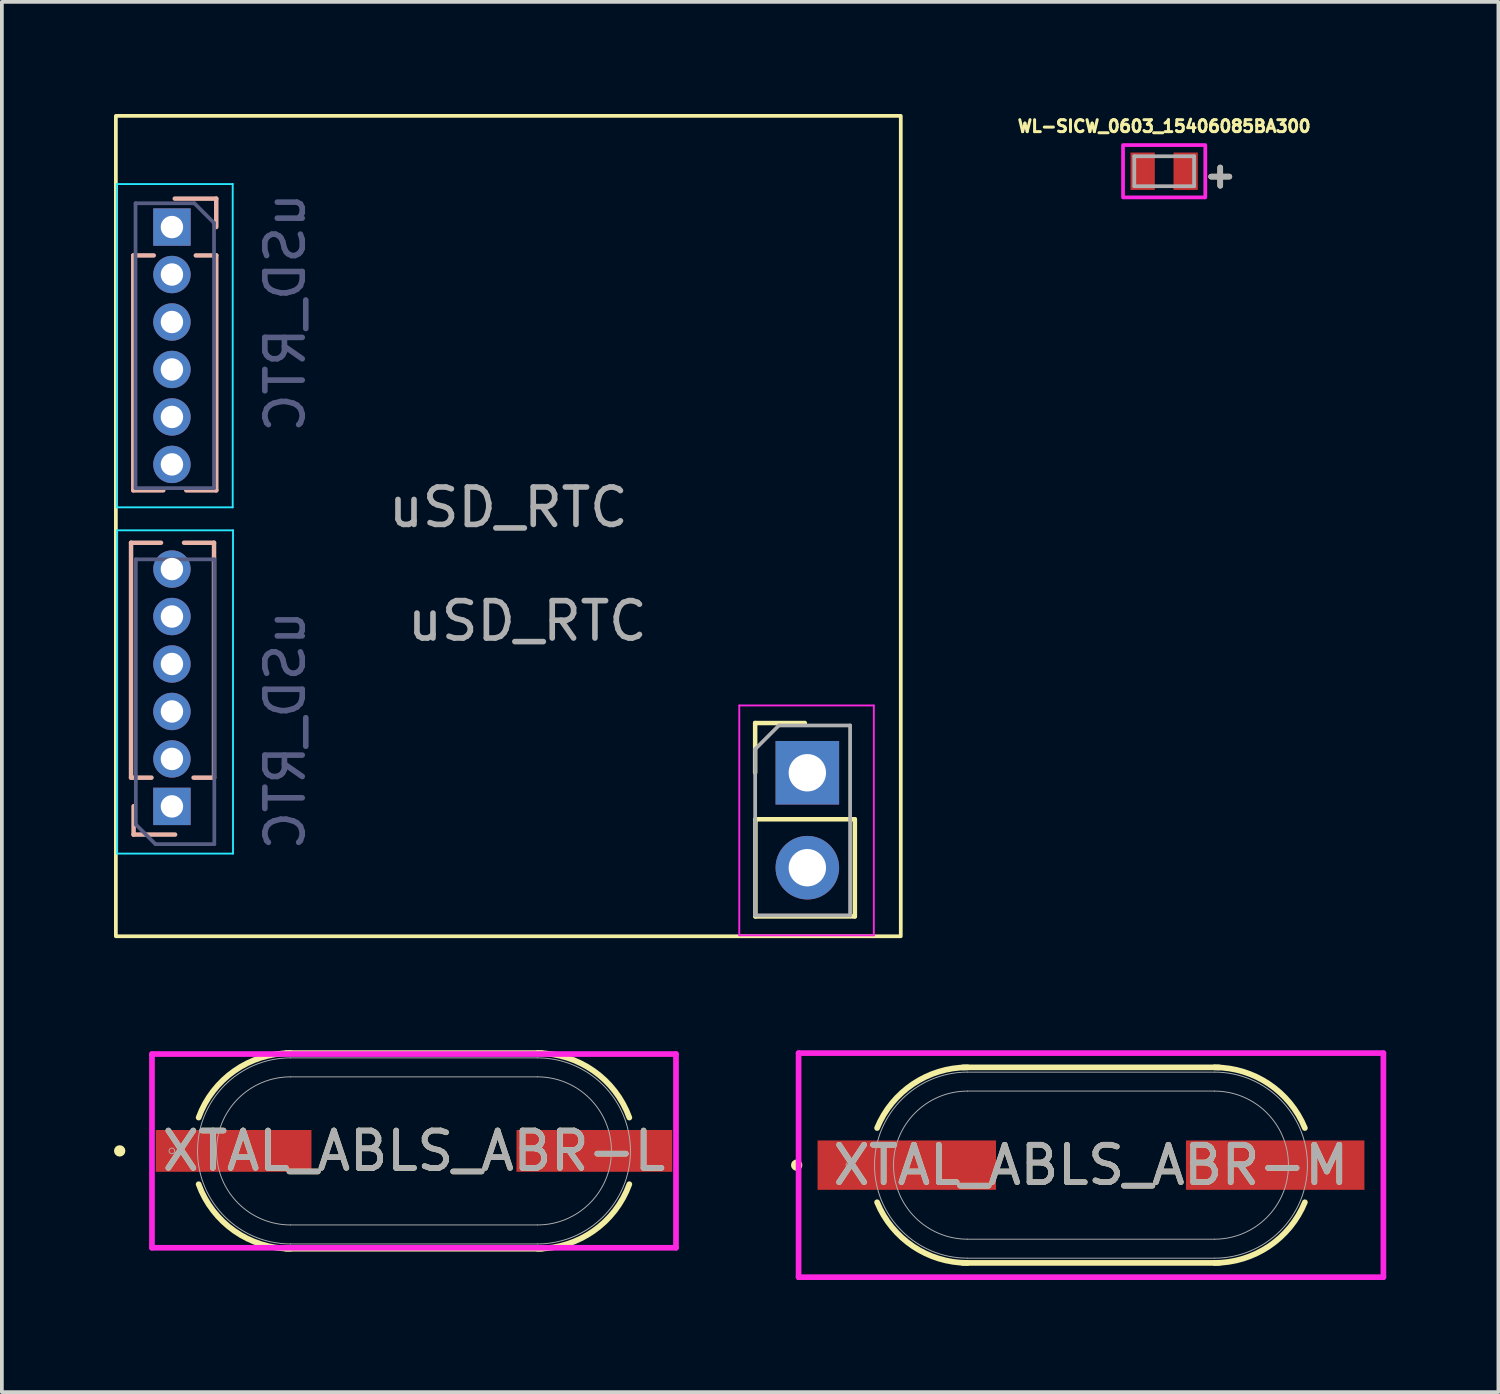
<source format=kicad_pcb>
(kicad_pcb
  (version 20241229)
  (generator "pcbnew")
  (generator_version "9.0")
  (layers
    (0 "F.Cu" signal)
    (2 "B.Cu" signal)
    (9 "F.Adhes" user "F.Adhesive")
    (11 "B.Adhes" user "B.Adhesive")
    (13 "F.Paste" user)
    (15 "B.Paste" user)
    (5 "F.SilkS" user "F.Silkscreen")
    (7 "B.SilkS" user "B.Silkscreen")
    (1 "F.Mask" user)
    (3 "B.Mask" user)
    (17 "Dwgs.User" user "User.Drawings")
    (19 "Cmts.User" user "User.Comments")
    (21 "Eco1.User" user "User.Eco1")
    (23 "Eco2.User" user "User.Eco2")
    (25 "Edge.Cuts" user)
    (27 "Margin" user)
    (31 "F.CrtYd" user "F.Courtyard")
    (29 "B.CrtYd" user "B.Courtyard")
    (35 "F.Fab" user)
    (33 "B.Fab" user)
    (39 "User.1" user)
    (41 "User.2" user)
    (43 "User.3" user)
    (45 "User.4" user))
  (footprint "XTAL_ABLS_ABR-L"
    (layer "F.Cu")
    (at 8.026 27.742)
    (property "Reference" "XTAL_ABLS_ABR-L" (at 0 0 0) (unlocked yes) (layer "F.SilkS") (effects (font (size 1 1) (thickness 0.15))))
    (attr smd)
    (fp_line (start -3.429 -2.616) (end 3.429 -2.616) (stroke (width 0.152) (type solid)) (layer "F.SilkS"))
    (fp_line (start 3.429 2.616) (end -3.429 2.616) (stroke (width 0.152) (type solid)) (layer "F.SilkS"))
    (fp_arc (start -5.761605 -0.89154) (mid -4.804008 -2.142073) (end -3.302 -2.6162) (stroke (width 0.1524) (type solid)) (layer "F.SilkS"))
    (fp_arc (start -3.302002 2.6162) (mid -4.804009 2.142072) (end -5.761606 0.89154) (stroke (width 0.1524) (type solid)) (layer "F.SilkS"))
    (fp_arc (start 3.302 -2.6162) (mid 4.804008 -2.142072) (end 5.761605 -0.89154) (stroke (width 0.1524) (type solid)) (layer "F.SilkS"))
    (fp_arc (start 5.761605 0.89154) (mid 4.804008 2.142073) (end 3.302 2.6162) (stroke (width 0.1524) (type solid)) (layer "F.SilkS"))
    (fp_circle (center -7.874 0) (end -7.798 0) (stroke (width 0.152) (type solid)) (fill no) (layer "F.SilkS"))
    (fp_line (start -7.01 -2.591) (end 7.01 -2.591) (stroke (width 0.152) (type solid)) (layer "F.CrtYd"))
    (fp_line (start -7.01 2.591) (end -7.01 -2.591) (stroke (width 0.152) (type solid)) (layer "F.CrtYd"))
    (fp_line (start 7.01 -2.591) (end 7.01 2.591) (stroke (width 0.152) (type solid)) (layer "F.CrtYd"))
    (fp_line (start 7.01 2.591) (end -7.01 2.591) (stroke (width 0.152) (type solid)) (layer "F.CrtYd"))
    (fp_line (start -3.302 -2.489) (end 3.302 -2.489) (stroke (width 0.025) (type solid)) (layer "F.Fab"))
    (fp_line (start -3.302 -1.981) (end 3.302 -1.981) (stroke (width 0.025) (type solid)) (layer "F.Fab"))
    (fp_line (start 3.302 1.981) (end -3.302 1.981) (stroke (width 0.025) (type solid)) (layer "F.Fab"))
    (fp_line (start 3.302 2.489) (end -3.302 2.489) (stroke (width 0.025) (type solid)) (layer "F.Fab"))
    (fp_arc (start -3.302 1.9812) (mid -5.2832 0) (end -3.302 -1.9812) (stroke (width 0.0254) (type solid)) (layer "F.Fab"))
    (fp_arc (start -3.302 2.4892) (mid -5.7912 0) (end -3.302 -2.4892) (stroke (width 0.0254) (type solid)) (layer "F.Fab"))
    (fp_arc (start 3.302 -2.4892) (mid 5.7912 0) (end 3.302 2.4892) (stroke (width 0.0254) (type solid)) (layer "F.Fab"))
    (fp_arc (start 3.302 -1.9812) (mid 5.2832 0) (end 3.302 1.9812) (stroke (width 0.0254) (type solid)) (layer "F.Fab"))
    (fp_circle (center -6.477 0) (end -6.401 0) (stroke (width 0.025) (type solid)) (fill no) (layer "F.Fab"))
    (fp_text user "${REFERENCE}" (at 0 0 0) (unlocked yes) (layer "F.Fab") (effects (font (size 1 1) (thickness 0.15))))
    (pad "1" smd rect (at -4.826 0 90) (size 1.118 4.166) (layers "F.Cu" "F.Mask" "F.Paste"))
    (pad "2" smd rect (at 4.826 0 90) (size 1.118 4.166) (layers "F.Cu" "F.Mask" "F.Paste")))
  (footprint "uSD_RTC"
    (layer "F.Cu")
    (at 10.55 11.025)
    (property "Reference" "uSD_RTC" (at 0 -0.5 0) (unlocked yes) (layer "F.Fab") (effects (font (size 1 1) (thickness 0.15))))
    (attr through_hole)
    (fp_line (start 6.604 5.269) (end 7.934 5.269) (stroke (width 0.12) (type solid)) (layer "F.SilkS"))
    (fp_line (start 6.604 6.599) (end 6.604 5.269) (stroke (width 0.12) (type solid)) (layer "F.SilkS"))
    (fp_line (start 6.611 7.844) (end 6.611 10.444) (stroke (width 0.12) (type solid)) (layer "F.SilkS"))
    (fp_line (start 6.611 7.844) (end 9.271 7.844) (stroke (width 0.12) (type solid)) (layer "F.SilkS"))
    (fp_line (start 6.611 10.444) (end 9.271 10.444) (stroke (width 0.12) (type solid)) (layer "F.SilkS"))
    (fp_line (start 9.271 7.844) (end 9.271 10.444) (stroke (width 0.12) (type solid)) (layer "F.SilkS"))
    (fp_rect (start -10.5 -10.975) (end 10.5 10.975) (stroke (width 0.1) (type default)) (fill no) (layer "F.SilkS"))
    (fp_line (start -10.094 0.446) (end -9.292 0.446) (stroke (width 0.12) (type solid)) (layer "B.SilkS"))
    (fp_line (start -10.094 6.731) (end -10.094 0.446) (stroke (width 0.12) (type solid)) (layer "B.SilkS"))
    (fp_line (start -10.094 6.731) (end -9.547 6.731) (stroke (width 0.12) (type solid)) (layer "B.SilkS"))
    (fp_line (start -10.034 -7.241) (end -10.034 -0.956) (stroke (width 0.12) (type solid)) (layer "B.SilkS"))
    (fp_line (start -10.026 7.494) (end -10.026 8.254) (stroke (width 0.12) (type solid)) (layer "B.SilkS"))
    (fp_line (start -10.026 8.254) (end -8.916 8.254) (stroke (width 0.12) (type solid)) (layer "B.SilkS"))
    (fp_line (start -9.487 -7.241) (end -10.034 -7.241) (stroke (width 0.12) (type solid)) (layer "B.SilkS"))
    (fp_line (start -9.232 -0.956) (end -10.034 -0.956) (stroke (width 0.12) (type solid)) (layer "B.SilkS"))
    (fp_line (start -8.676 0.446) (end -7.874 0.446) (stroke (width 0.12) (type solid)) (layer "B.SilkS"))
    (fp_line (start -8.421 6.731) (end -7.874 6.731) (stroke (width 0.12) (type solid)) (layer "B.SilkS"))
    (fp_line (start -7.874 6.731) (end -7.874 0.446) (stroke (width 0.12) (type solid)) (layer "B.SilkS"))
    (fp_line (start -7.814 -8.761) (end -8.924 -8.761) (stroke (width 0.12) (type solid)) (layer "B.SilkS"))
    (fp_line (start -7.814 -8.001) (end -7.814 -8.761) (stroke (width 0.12) (type solid)) (layer "B.SilkS"))
    (fp_line (start -7.814 -7.241) (end -8.361 -7.241) (stroke (width 0.12) (type solid)) (layer "B.SilkS"))
    (fp_line (start -7.814 -7.241) (end -7.814 -0.956) (stroke (width 0.12) (type solid)) (layer "B.SilkS"))
    (fp_line (start -7.814 -0.956) (end -8.616 -0.956) (stroke (width 0.12) (type solid)) (layer "B.SilkS"))
    (fp_line (start -10.474 -9.151) (end -7.374 -9.151) (stroke (width 0.05) (type solid)) (layer "B.CrtYd"))
    (fp_line (start -10.474 -0.501) (end -10.474 -9.151) (stroke (width 0.05) (type solid)) (layer "B.CrtYd"))
    (fp_line (start -10.466 0.113) (end -7.366 0.113) (stroke (width 0.05) (type solid)) (layer "B.CrtYd"))
    (fp_line (start -10.466 8.763) (end -10.466 0.113) (stroke (width 0.05) (type solid)) (layer "B.CrtYd"))
    (fp_line (start -7.374 -9.151) (end -7.374 -0.501) (stroke (width 0.05) (type solid)) (layer "B.CrtYd"))
    (fp_line (start -7.374 -0.501) (end -10.474 -0.501) (stroke (width 0.05) (type solid)) (layer "B.CrtYd"))
    (fp_line (start -7.366 0.113) (end -7.366 8.763) (stroke (width 0.05) (type solid)) (layer "B.CrtYd"))
    (fp_line (start -7.366 8.763) (end -10.466 8.763) (stroke (width 0.05) (type solid)) (layer "B.CrtYd"))
    (fp_line (start 6.179 4.799) (end 6.179 10.949) (stroke (width 0.05) (type solid)) (layer "F.CrtYd"))
    (fp_line (start 6.179 10.949) (end 9.779 10.949) (stroke (width 0.05) (type solid)) (layer "F.CrtYd"))
    (fp_line (start 9.779 4.799) (end 6.179 4.799) (stroke (width 0.05) (type solid)) (layer "F.CrtYd"))
    (fp_line (start 9.779 10.949) (end 9.779 4.799) (stroke (width 0.05) (type solid)) (layer "F.CrtYd"))
    (fp_line (start -9.974 -8.636) (end -9.974 -1.016) (stroke (width 0.1) (type solid)) (layer "B.Fab"))
    (fp_line (start -9.974 -1.016) (end -7.874 -1.016) (stroke (width 0.1) (type solid)) (layer "B.Fab"))
    (fp_line (start -9.966 0.889) (end -9.966 7.984) (stroke (width 0.1) (type solid)) (layer "B.Fab"))
    (fp_line (start -9.966 7.984) (end -9.441 8.509) (stroke (width 0.1) (type solid)) (layer "B.Fab"))
    (fp_line (start -9.441 8.509) (end -7.866 8.509) (stroke (width 0.1) (type solid)) (layer "B.Fab"))
    (fp_line (start -8.399 -8.636) (end -9.974 -8.636) (stroke (width 0.1) (type solid)) (layer "B.Fab"))
    (fp_line (start -7.874 -8.111) (end -8.399 -8.636) (stroke (width 0.1) (type solid)) (layer "B.Fab"))
    (fp_line (start -7.874 -1.016) (end -7.874 -8.111) (stroke (width 0.1) (type solid)) (layer "B.Fab"))
    (fp_line (start -7.866 0.889) (end -9.966 0.889) (stroke (width 0.1) (type solid)) (layer "B.Fab"))
    (fp_line (start -7.866 8.509) (end -7.866 0.889) (stroke (width 0.1) (type solid)) (layer "B.Fab"))
    (fp_line (start 6.604 5.969) (end 7.239 5.334) (stroke (width 0.1) (type solid)) (layer "F.Fab"))
    (fp_line (start 6.604 10.414) (end 6.604 5.969) (stroke (width 0.1) (type solid)) (layer "F.Fab"))
    (fp_line (start 7.239 5.334) (end 9.144 5.334) (stroke (width 0.1) (type solid)) (layer "F.Fab"))
    (fp_line (start 9.144 5.334) (end 9.144 10.414) (stroke (width 0.1) (type solid)) (layer "F.Fab"))
    (fp_line (start 9.144 10.414) (end 6.604 10.414) (stroke (width 0.1) (type solid)) (layer "F.Fab"))
    (fp_text user "${REFERENCE}" (at -5.969 5.461 90) (layer "B.Fab") (effects (font (size 1 1) (thickness 0.15)) (justify mirror)))
    (fp_text user "${REFERENCE}" (at -5.969 -5.715 90) (layer "B.Fab") (effects (font (size 1 1) (thickness 0.15)) (justify mirror)))
    (fp_text user "${REFERENCE}" (at 0.508 2.54 180) (layer "F.Fab") (effects (font (size 1 1) (thickness 0.15))))
    (pad "1" thru_hole oval (at -9 -5.46 180) (size 1 1) (drill 0.6) (layers "*.Cu" "*.Mask"))
    (pad "2" thru_hole oval (at -9 -2.92 180) (size 1 1) (drill 0.6) (layers "*.Cu" "*.Mask"))
    (pad "3" thru_hole oval (at -9 -1.65 180) (size 1 1) (drill 0.6) (layers "*.Cu" "*.Mask"))
    (pad "4" thru_hole rect (at -9 -8 180) (size 1 1) (drill 0.6) (layers "*.Cu" "*.Mask"))
    (pad "5" thru_hole oval (at -9 -6.73 180) (size 1 1) (drill 0.6) (layers "*.Cu" "*.Mask"))
    (pad "6" thru_hole oval (at -9 -4.19 180) (size 1 1) (drill 0.6) (layers "*.Cu" "*.Mask"))
    (pad "7" thru_hole oval (at -9 6.23) (size 1 1) (drill 0.6) (layers "*.Cu" "*.Mask"))
    (pad "8" thru_hole rect (at -9 7.5) (size 1 1) (drill 0.6) (layers "*.Cu" "*.Mask"))
    (pad "9" thru_hole oval (at -9 3.69) (size 1 1) (drill 0.6) (layers "*.Cu" "*.Mask"))
    (pad "10" thru_hole oval (at -9 4.96) (size 1 1) (drill 0.6) (layers "*.Cu" "*.Mask"))
    (pad "11" thru_hole oval (at -9 1.15) (size 1 1) (drill 0.6) (layers "*.Cu" "*.Mask"))
    (pad "12" thru_hole oval (at -9 2.42) (size 1 1) (drill 0.6) (layers "*.Cu" "*.Mask"))
    (pad "13" thru_hole rect (at 8 6.6) (size 1.7 1.7) (drill 1) (layers "*.Cu" "*.Mask"))
    (pad "14" thru_hole oval (at 8 9.14) (size 1.7 1.7) (drill 1) (layers "*.Cu" "*.Mask")))
  (footprint "WL-SICW_0603_15406085BA300"
    (layer "F.Cu")
    (at 28.097 1.531)
    (property "Reference" "WL-SICW_0603_15406085BA300" (at 0 -1.203 0) (layer "F.SilkS") (effects (font (size 0.32 0.32) (thickness 0.15))))
    (attr smd)
    (fp_poly (pts (xy -1.1 -0.7) (xy 1.1 -0.7) (xy 1.1 0.7) (xy -1.1 0.7)) (stroke (width 0.1) (type solid)) (fill no) (layer "F.CrtYd"))
    (fp_line (start -0.8 -0.4) (end 0.8 -0.4) (stroke (width 0.1) (type solid)) (layer "F.Fab"))
    (fp_line (start -0.8 0.4) (end -0.8 -0.4) (stroke (width 0.1) (type solid)) (layer "F.Fab"))
    (fp_line (start 0.8 -0.4) (end 0.8 0.4) (stroke (width 0.1) (type solid)) (layer "F.Fab"))
    (fp_line (start 0.8 0.4) (end -0.8 0.4) (stroke (width 0.1) (type solid)) (layer "F.Fab"))
    (fp_text user "+" (at 1.5 0.1 0) (layer "F.SilkS") (effects (font (size 0.64 0.64) (thickness 0.15))))
    (fp_text user "+" (at 1.5 0.1 0) (layer "F.Fab") (effects (font (size 0.64 0.64) (thickness 0.15))))
    (pad "1" smd rect (at 0.575 0) (size 0.65 1) (layers "F.Cu" "F.Mask" "F.Paste"))
    (pad "2" smd rect (at -0.575 0) (size 0.65 1) (layers "F.Cu" "F.Mask" "F.Paste")))
  (footprint "XTAL_ABLS_ABR-M"
    (layer "F.Cu")
    (at 26.139 28.123)
    (property "Reference" "XTAL_ABLS_ABR-M" (at 0 0 0) (unlocked yes) (layer "F.SilkS") (effects (font (size 1 1) (thickness 0.15))))
    (attr smd)
    (fp_line (start -3.429 -2.616) (end 3.429 -2.616) (stroke (width 0.152) (type solid)) (layer "F.SilkS"))
    (fp_line (start 3.429 2.616) (end -3.429 2.616) (stroke (width 0.152) (type solid)) (layer "F.SilkS"))
    (fp_arc (start -5.722367 -0.99314) (mid -4.759095 -2.172873) (end -3.302 -2.6162) (stroke (width 0.1524) (type solid)) (layer "F.SilkS"))
    (fp_arc (start -3.302001 2.6162) (mid -4.759096 2.172872) (end -5.722367 0.993139) (stroke (width 0.1524) (type solid)) (layer "F.SilkS"))
    (fp_arc (start 3.302 -2.6162) (mid 4.759095 -2.172873) (end 5.722367 -0.99314) (stroke (width 0.1524) (type solid)) (layer "F.SilkS"))
    (fp_arc (start 5.722367 0.99314) (mid 4.759095 2.172873) (end 3.302 2.6162) (stroke (width 0.1524) (type solid)) (layer "F.SilkS"))
    (fp_circle (center -7.874 0) (end -7.798 0) (stroke (width 0.152) (type solid)) (fill no) (layer "F.SilkS"))
    (fp_line (start -7.823 -2.997) (end 7.823 -2.997) (stroke (width 0.152) (type solid)) (layer "F.CrtYd"))
    (fp_line (start -7.823 2.997) (end -7.823 -2.997) (stroke (width 0.152) (type solid)) (layer "F.CrtYd"))
    (fp_line (start 7.823 -2.997) (end 7.823 2.997) (stroke (width 0.152) (type solid)) (layer "F.CrtYd"))
    (fp_line (start 7.823 2.997) (end -7.823 2.997) (stroke (width 0.152) (type solid)) (layer "F.CrtYd"))
    (fp_line (start -3.302 -2.489) (end 3.302 -2.489) (stroke (width 0.025) (type solid)) (layer "F.Fab"))
    (fp_line (start -3.302 -1.981) (end 3.302 -1.981) (stroke (width 0.025) (type solid)) (layer "F.Fab"))
    (fp_line (start 3.302 1.981) (end -3.302 1.981) (stroke (width 0.025) (type solid)) (layer "F.Fab"))
    (fp_line (start 3.302 2.489) (end -3.302 2.489) (stroke (width 0.025) (type solid)) (layer "F.Fab"))
    (fp_arc (start -3.302 1.9812) (mid -5.2832 0) (end -3.302 -1.9812) (stroke (width 0.0254) (type solid)) (layer "F.Fab"))
    (fp_arc (start -3.302 2.4892) (mid -5.7912 0) (end -3.302 -2.4892) (stroke (width 0.0254) (type solid)) (layer "F.Fab"))
    (fp_arc (start 3.302 -2.4892) (mid 5.7912 0) (end 3.302 2.4892) (stroke (width 0.0254) (type solid)) (layer "F.Fab"))
    (fp_arc (start 3.302 -1.9812) (mid 5.2832 0) (end 3.302 1.9812) (stroke (width 0.0254) (type solid)) (layer "F.Fab"))
    (fp_circle (center -6.477 0) (end -6.401 0) (stroke (width 0.025) (type solid)) (fill no) (layer "F.Fab"))
    (fp_text user "${REFERENCE}" (at 0 0 0) (unlocked yes) (layer "F.Fab") (effects (font (size 1 1) (thickness 0.15))))
    (pad "1" smd rect (at -4.928 0 90) (size 1.321 4.775) (layers "F.Cu" "F.Mask" "F.Paste"))
    (pad "2" smd rect (at 4.928 0 90) (size 1.321 4.775) (layers "F.Cu" "F.Mask" "F.Paste")))
  (gr_rect
    (start -3 -3)
    (end 37.039 34.196)
    (stroke (width 0.1) (type default))
    (fill no)
    (layer "Edge.Cuts")))
</source>
